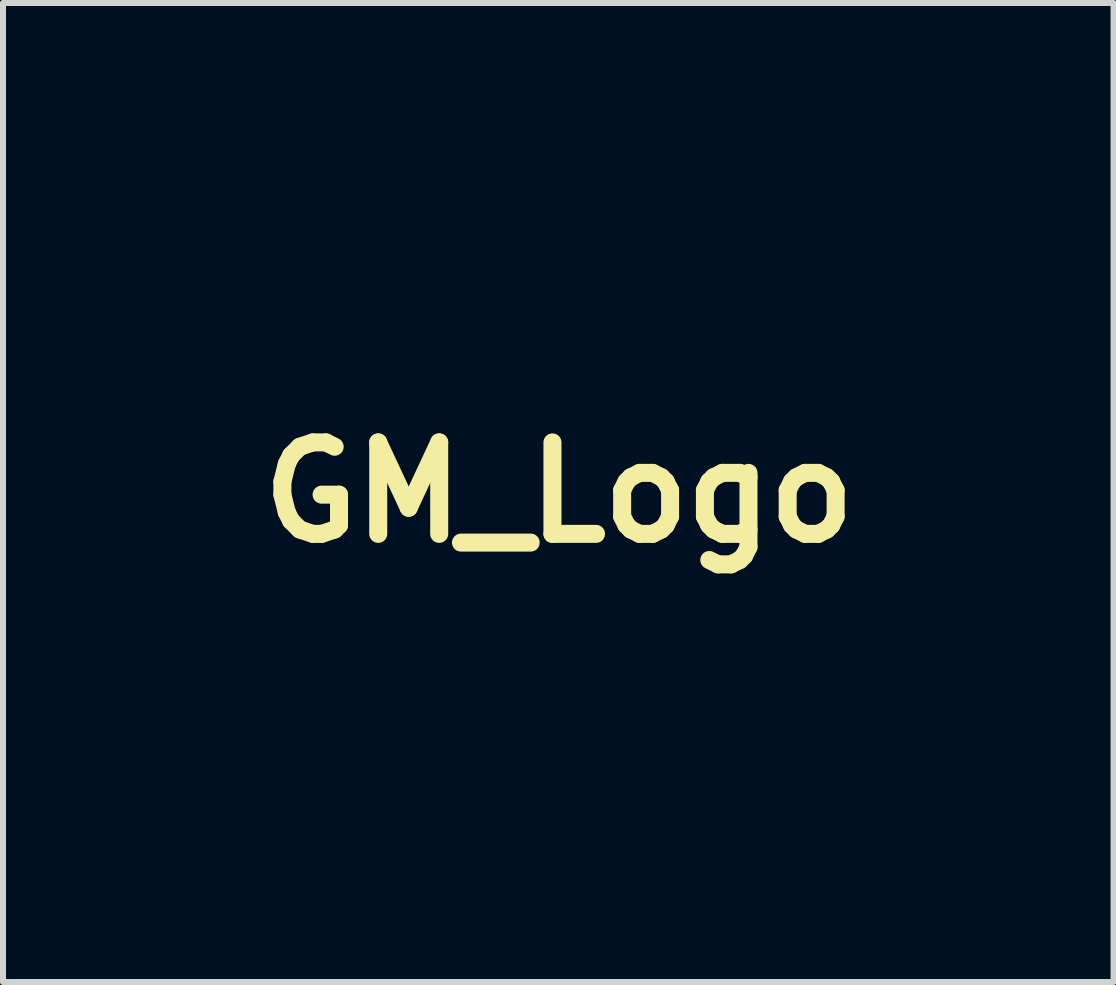
<source format=kicad_pcb>
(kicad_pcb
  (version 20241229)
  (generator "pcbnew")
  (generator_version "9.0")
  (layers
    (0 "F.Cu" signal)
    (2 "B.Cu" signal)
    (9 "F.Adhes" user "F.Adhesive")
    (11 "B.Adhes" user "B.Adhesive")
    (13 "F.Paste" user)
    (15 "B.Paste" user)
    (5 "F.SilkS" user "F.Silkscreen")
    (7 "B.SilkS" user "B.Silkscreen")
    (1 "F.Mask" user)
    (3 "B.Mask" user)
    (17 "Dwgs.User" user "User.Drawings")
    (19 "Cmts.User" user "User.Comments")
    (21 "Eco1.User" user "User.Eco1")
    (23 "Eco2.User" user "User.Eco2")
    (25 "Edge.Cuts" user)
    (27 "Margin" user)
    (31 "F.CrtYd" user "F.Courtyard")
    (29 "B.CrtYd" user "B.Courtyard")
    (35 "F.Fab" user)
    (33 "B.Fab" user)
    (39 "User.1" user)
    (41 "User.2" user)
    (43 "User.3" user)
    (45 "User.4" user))
  (footprint "GM_Logo"
    (layer "F.Cu")
    (at 6.263 5.155)
    (property "Reference" "GM_Logo" (at 0 0 0) (layer "F.SilkS") (effects (font (size 1.524 1.524) (thickness 0.3))))
    (attr through_hole)
    (fp_poly (pts (xy -3.048 4.526) (xy -3.625 4.526) (xy -3.625 4.341) (xy -3.048 4.341) (xy -3.048 4.526)) (stroke (width 0.01) (type solid)) (fill yes) (layer "F.Mask"))
    (fp_poly (pts (xy -1.385 5.149) (xy -1.639 5.149) (xy -1.639 3.533) (xy -1.385 3.533) (xy -1.385 5.149)) (stroke (width 0.01) (type solid)) (fill yes) (layer "F.Mask"))
    (fp_poly (pts (xy 5.149 3.787) (xy 4.872 3.787) (xy 4.872 3.533) (xy 5.149 3.533) (xy 5.149 3.787)) (stroke (width 0.01) (type solid)) (fill yes) (layer "F.Mask"))
    (fp_poly (pts (xy 5.149 5.149) (xy 4.872 5.149) (xy 4.872 3.972) (xy 5.149 3.972) (xy 5.149 5.149)) (stroke (width 0.01) (type solid)) (fill yes) (layer "F.Mask"))
    (fp_poly (pts (xy -1.963 3.856) (xy -2.401 3.856) (xy -2.401 4.272) (xy -2.032 4.272) (xy -2.032 4.48) (xy -2.401 4.48) (xy -2.401 4.941) (xy -1.94 4.941) (xy -1.94 5.149) (xy -2.679 5.149) (xy -2.679 3.625) (xy -1.963 3.625) (xy -1.963 3.856)) (stroke (width 0.01) (type solid)) (fill yes) (layer "F.Mask"))
    (fp_poly (pts (xy -4.667 4.086) (xy -4.629 4.22) (xy -4.594 4.336) (xy -4.566 4.428) (xy -4.545 4.489) (xy -4.534 4.514) (xy -4.533 4.513) (xy -4.525 4.485) (xy -4.506 4.42) (xy -4.478 4.324) (xy -4.445 4.207) (xy -4.406 4.073) (xy -4.404 4.064) (xy -4.282 3.637) (xy -3.983 3.637) (xy -3.971 5.149) (xy -4.225 5.149) (xy -4.231 4.636) (xy -4.237 4.122) (xy -4.331 4.468) (xy -4.424 4.814) (xy -4.65 4.814) (xy -4.744 4.468) (xy -4.838 4.122) (xy -4.844 4.636) (xy -4.85 5.149) (xy -5.104 5.149) (xy -5.092 3.637) (xy -4.794 3.637) (xy -4.667 4.086)) (stroke (width 0.01) (type solid)) (fill yes) (layer "F.Mask"))
    (fp_poly (pts (xy 3.983 3.974) (xy 4.026 3.983) (xy 4.041 4.002) (xy 4.041 4.007) (xy 4.046 4.028) (xy 4.069 4.023) (xy 4.099 4.004) (xy 4.172 3.978) (xy 4.265 3.973) (xy 4.36 3.987) (xy 4.439 4.018) (xy 4.464 4.038) (xy 4.48 4.056) (xy 4.492 4.077) (xy 4.502 4.109) (xy 4.508 4.156) (xy 4.513 4.225) (xy 4.516 4.322) (xy 4.519 4.454) (xy 4.521 4.619) (xy 4.528 5.149) (xy 4.25 5.149) (xy 4.243 4.67) (xy 4.237 4.191) (xy 4.052 4.191) (xy 4.04 5.149) (xy 3.764 5.149) (xy 3.764 3.972) (xy 3.902 3.972) (xy 3.983 3.974)) (stroke (width 0.01) (type solid)) (fill yes) (layer "F.Mask"))
    (fp_poly (pts (xy 2.07 3.973) (xy 2.108 3.981) (xy 2.122 4.001) (xy 2.124 4.031) (xy 2.124 4.091) (xy 2.195 4.031) (xy 2.255 3.992) (xy 2.313 3.972) (xy 2.322 3.972) (xy 2.356 3.976) (xy 2.372 3.995) (xy 2.378 4.043) (xy 2.378 4.087) (xy 2.377 4.155) (xy 2.368 4.19) (xy 2.343 4.201) (xy 2.303 4.203) (xy 2.242 4.209) (xy 2.199 4.222) (xy 2.199 4.222) (xy 2.172 4.252) (xy 2.152 4.309) (xy 2.138 4.395) (xy 2.129 4.516) (xy 2.125 4.677) (xy 2.124 4.774) (xy 2.124 5.149) (xy 1.87 5.149) (xy 1.87 3.972) (xy 1.997 3.972) (xy 2.07 3.973)) (stroke (width 0.01) (type solid)) (fill yes) (layer "F.Mask"))
    (fp_poly (pts (xy 3.62 0.381) (xy 3.621 0.593) (xy 3.622 0.764) (xy 3.622 0.898) (xy 3.62 1) (xy 3.617 1.075) (xy 3.613 1.127) (xy 3.607 1.161) (xy 3.599 1.181) (xy 3.589 1.193) (xy 3.587 1.195) (xy 3.549 1.218) (xy 3.534 1.224) (xy 3.518 1.205) (xy 3.48 1.155) (xy 3.425 1.08) (xy 3.358 0.985) (xy 3.308 0.913) (xy 3.236 0.807) (xy 3.174 0.713) (xy 3.128 0.638) (xy 3.1 0.59) (xy 3.094 0.576) (xy 3.105 0.55) (xy 3.135 0.488) (xy 3.181 0.399) (xy 3.239 0.286) (xy 3.308 0.158) (xy 3.354 0.073) (xy 3.614 -0.404) (xy 3.62 0.381)) (stroke (width 0.01) (type solid)) (fill yes) (layer "F.Mask"))
    (fp_poly (pts (xy 0.149 -5.078) (xy 0.216 -5.037) (xy 0.262 -5) (xy 0.277 -4.978) (xy 0.268 -4.951) (xy 0.242 -4.89) (xy 0.204 -4.803) (xy 0.156 -4.698) (xy 0.103 -4.582) (xy 0.049 -4.465) (xy -0.004 -4.353) (xy -0.051 -4.255) (xy -0.089 -4.178) (xy -0.114 -4.131) (xy -0.121 -4.12) (xy -0.138 -4.134) (xy -0.176 -4.18) (xy -0.23 -4.253) (xy -0.298 -4.348) (xy -0.367 -4.447) (xy -0.442 -4.557) (xy -0.505 -4.652) (xy -0.555 -4.727) (xy -0.586 -4.776) (xy -0.594 -4.792) (xy -0.574 -4.804) (xy -0.52 -4.836) (xy -0.44 -4.882) (xy -0.341 -4.94) (xy -0.284 -4.973) (xy 0.022 -5.15) (xy 0.149 -5.078)) (stroke (width 0.01) (type solid)) (fill yes) (layer "F.Mask"))
    (fp_poly (pts (xy 3.035 0.75) (xy 3.075 0.799) (xy 3.131 0.873) (xy 3.197 0.965) (xy 3.226 1.006) (xy 3.303 1.12) (xy 3.355 1.203) (xy 3.384 1.258) (xy 3.394 1.292) (xy 3.388 1.307) (xy 3.36 1.326) (xy 3.299 1.364) (xy 3.21 1.418) (xy 3.1 1.483) (xy 2.976 1.556) (xy 2.933 1.581) (xy 2.801 1.658) (xy 2.678 1.73) (xy 2.571 1.793) (xy 2.487 1.842) (xy 2.434 1.873) (xy 2.426 1.878) (xy 2.347 1.925) (xy 2.466 1.707) (xy 2.589 1.479) (xy 2.693 1.288) (xy 2.779 1.132) (xy 2.848 1.007) (xy 2.902 0.91) (xy 2.943 0.837) (xy 2.974 0.787) (xy 2.994 0.755) (xy 3.008 0.738) (xy 3.015 0.733) (xy 3.035 0.75)) (stroke (width 0.01) (type solid)) (fill yes) (layer "F.Mask"))
    (fp_poly (pts (xy -0.683 -4.694) (xy -0.679 -4.69) (xy -0.658 -4.66) (xy -0.616 -4.598) (xy -0.557 -4.512) (xy -0.486 -4.409) (xy -0.419 -4.31) (xy -0.185 -3.968) (xy -0.939 -2.359) (xy -1.06 -2.1) (xy -1.177 -1.85) (xy -1.288 -1.613) (xy -1.391 -1.393) (xy -1.485 -1.192) (xy -1.568 -1.016) (xy -1.638 -0.866) (xy -1.693 -0.747) (xy -1.732 -0.663) (xy -1.754 -0.617) (xy -1.755 -0.614) (xy -1.817 -0.479) (xy -2.176 -0.915) (xy -2.282 -1.044) (xy -2.41 -1.2) (xy -2.554 -1.375) (xy -2.705 -1.559) (xy -2.858 -1.744) (xy -3.004 -1.922) (xy -3.057 -1.986) (xy -3.579 -2.621) (xy -3.573 -2.84) (xy -3.568 -3.059) (xy -2.136 -3.893) (xy -1.859 -4.054) (xy -1.62 -4.194) (xy -1.415 -4.312) (xy -1.241 -4.412) (xy -1.097 -4.493) (xy -0.98 -4.559) (xy -0.886 -4.61) (xy -0.814 -4.648) (xy -0.76 -4.673) (xy -0.722 -4.689) (xy -0.697 -4.695) (xy -0.683 -4.694)) (stroke (width 0.01) (type solid)) (fill yes) (layer "F.Mask"))
    (fp_poly (pts (xy 1.432 3.868) (xy 1.433 3.932) (xy 1.445 3.962) (xy 1.476 3.971) (xy 1.512 3.972) (xy 1.562 3.974) (xy 1.586 3.989) (xy 1.593 4.029) (xy 1.593 4.076) (xy 1.592 4.139) (xy 1.58 4.17) (xy 1.548 4.179) (xy 1.512 4.179) (xy 1.432 4.179) (xy 1.432 4.546) (xy 1.432 4.69) (xy 1.434 4.794) (xy 1.441 4.864) (xy 1.453 4.907) (xy 1.473 4.931) (xy 1.503 4.94) (xy 1.545 4.941) (xy 1.549 4.941) (xy 1.577 4.949) (xy 1.59 4.979) (xy 1.593 5.043) (xy 1.593 5.045) (xy 1.593 5.149) (xy 1.46 5.148) (xy 1.377 5.143) (xy 1.304 5.129) (xy 1.273 5.117) (xy 1.233 5.091) (xy 1.203 5.059) (xy 1.182 5.013) (xy 1.169 4.947) (xy 1.16 4.855) (xy 1.157 4.73) (xy 1.155 4.578) (xy 1.155 4.179) (xy 1.097 4.179) (xy 1.061 4.175) (xy 1.044 4.154) (xy 1.039 4.104) (xy 1.039 4.076) (xy 1.041 4.011) (xy 1.053 3.981) (xy 1.081 3.972) (xy 1.097 3.972) (xy 1.132 3.967) (xy 1.149 3.946) (xy 1.154 3.896) (xy 1.155 3.868) (xy 1.155 3.764) (xy 1.432 3.764) (xy 1.432 3.868)) (stroke (width 0.01) (type solid)) (fill yes) (layer "F.Mask"))
    (fp_poly (pts (xy 3.072 3.975) (xy 3.179 3.98) (xy 3.25 3.986) (xy 3.296 3.996) (xy 3.328 4.013) (xy 3.355 4.04) (xy 3.362 4.048) (xy 3.381 4.072) (xy 3.395 4.097) (xy 3.405 4.129) (xy 3.412 4.177) (xy 3.415 4.247) (xy 3.417 4.346) (xy 3.417 4.481) (xy 3.417 4.56) (xy 3.417 4.715) (xy 3.416 4.83) (xy 3.414 4.913) (xy 3.409 4.971) (xy 3.4 5.01) (xy 3.388 5.038) (xy 3.372 5.061) (xy 3.362 5.073) (xy 3.335 5.102) (xy 3.307 5.12) (xy 3.268 5.132) (xy 3.208 5.138) (xy 3.116 5.142) (xy 3.056 5.144) (xy 2.928 5.145) (xy 2.838 5.14) (xy 2.777 5.129) (xy 2.744 5.115) (xy 2.706 5.087) (xy 2.678 5.047) (xy 2.657 4.988) (xy 2.65 4.944) (xy 2.909 4.944) (xy 3.031 4.937) (xy 3.152 4.93) (xy 3.152 4.191) (xy 3.031 4.184) (xy 2.909 4.177) (xy 2.909 4.944) (xy 2.65 4.944) (xy 2.644 4.906) (xy 2.636 4.792) (xy 2.633 4.642) (xy 2.632 4.556) (xy 2.634 4.375) (xy 2.641 4.235) (xy 2.659 4.131) (xy 2.689 4.058) (xy 2.737 4.011) (xy 2.806 3.985) (xy 2.9 3.974) (xy 3.023 3.974) (xy 3.072 3.975)) (stroke (width 0.01) (type solid)) (fill yes) (layer "F.Mask"))
    (fp_poly (pts (xy -0.629 1.165) (xy -0.624 1.17) (xy -0.601 1.196) (xy -0.552 1.255) (xy -0.481 1.341) (xy -0.39 1.451) (xy -0.282 1.582) (xy -0.162 1.729) (xy -0.031 1.889) (xy 0.058 1.997) (xy 0.193 2.163) (xy 0.319 2.318) (xy 0.435 2.458) (xy 0.535 2.581) (xy 0.618 2.683) (xy 0.68 2.758) (xy 0.718 2.805) (xy 0.729 2.817) (xy 0.735 2.832) (xy 0.725 2.852) (xy 0.694 2.879) (xy 0.639 2.917) (xy 0.553 2.97) (xy 0.433 3.041) (xy 0.401 3.06) (xy 0.285 3.127) (xy 0.183 3.185) (xy 0.101 3.231) (xy 0.047 3.262) (xy 0.027 3.272) (xy 0.004 3.262) (xy -0.054 3.23) (xy -0.142 3.181) (xy -0.257 3.116) (xy -0.392 3.039) (xy -0.544 2.95) (xy -0.681 2.87) (xy -0.843 2.776) (xy -0.992 2.688) (xy -1.123 2.611) (xy -1.232 2.547) (xy -1.315 2.498) (xy -1.365 2.468) (xy -1.38 2.459) (xy -1.371 2.438) (xy -1.343 2.382) (xy -1.297 2.295) (xy -1.236 2.181) (xy -1.164 2.046) (xy -1.082 1.895) (xy -1.025 1.791) (xy -0.926 1.609) (xy -0.847 1.465) (xy -0.784 1.354) (xy -0.736 1.271) (xy -0.7 1.214) (xy -0.674 1.179) (xy -0.655 1.162) (xy -0.641 1.158) (xy -0.629 1.165)) (stroke (width 0.01) (type solid)) (fill yes) (layer "F.Mask"))
    (fp_poly (pts (xy 0.433 3.974) (xy 0.474 3.975) (xy 0.578 3.98) (xy 0.647 3.986) (xy 0.691 3.998) (xy 0.723 4.017) (xy 0.751 4.046) (xy 0.752 4.048) (xy 0.788 4.101) (xy 0.805 4.165) (xy 0.808 4.238) (xy 0.808 4.364) (xy 0.681 4.364) (xy 0.609 4.363) (xy 0.571 4.355) (xy 0.556 4.335) (xy 0.554 4.301) (xy 0.544 4.228) (xy 0.51 4.191) (xy 0.444 4.182) (xy 0.425 4.184) (xy 0.335 4.191) (xy 0.335 4.93) (xy 0.425 4.937) (xy 0.499 4.934) (xy 0.539 4.903) (xy 0.553 4.839) (xy 0.554 4.82) (xy 0.557 4.784) (xy 0.572 4.765) (xy 0.612 4.758) (xy 0.681 4.757) (xy 0.808 4.757) (xy 0.808 4.882) (xy 0.803 4.969) (xy 0.783 5.03) (xy 0.752 5.073) (xy 0.724 5.103) (xy 0.695 5.122) (xy 0.652 5.133) (xy 0.587 5.14) (xy 0.488 5.143) (xy 0.47 5.144) (xy 0.33 5.143) (xy 0.23 5.134) (xy 0.171 5.117) (xy 0.129 5.093) (xy 0.097 5.057) (xy 0.075 5.005) (xy 0.06 4.93) (xy 0.051 4.825) (xy 0.047 4.686) (xy 0.046 4.556) (xy 0.048 4.375) (xy 0.055 4.235) (xy 0.073 4.131) (xy 0.103 4.058) (xy 0.151 4.011) (xy 0.219 3.984) (xy 0.312 3.974) (xy 0.433 3.974)) (stroke (width 0.01) (type solid)) (fill yes) (layer "F.Mask"))
    (fp_poly (pts (xy 5.86 3.974) (xy 5.9 3.975) (xy 6.005 3.98) (xy 6.073 3.986) (xy 6.118 3.998) (xy 6.149 4.017) (xy 6.177 4.046) (xy 6.179 4.048) (xy 6.214 4.101) (xy 6.231 4.165) (xy 6.235 4.238) (xy 6.235 4.364) (xy 6.108 4.364) (xy 6.035 4.363) (xy 5.997 4.355) (xy 5.983 4.335) (xy 5.98 4.301) (xy 5.97 4.228) (xy 5.936 4.191) (xy 5.87 4.182) (xy 5.851 4.184) (xy 5.761 4.191) (xy 5.761 4.93) (xy 5.851 4.937) (xy 5.925 4.934) (xy 5.965 4.903) (xy 5.98 4.839) (xy 5.98 4.82) (xy 5.983 4.784) (xy 5.999 4.765) (xy 6.038 4.758) (xy 6.108 4.757) (xy 6.235 4.757) (xy 6.235 4.882) (xy 6.229 4.969) (xy 6.21 5.03) (xy 6.179 5.073) (xy 6.151 5.103) (xy 6.121 5.122) (xy 6.079 5.133) (xy 6.014 5.14) (xy 5.915 5.143) (xy 5.896 5.144) (xy 5.756 5.143) (xy 5.656 5.134) (xy 5.597 5.117) (xy 5.555 5.093) (xy 5.524 5.057) (xy 5.501 5.005) (xy 5.486 4.93) (xy 5.477 4.825) (xy 5.473 4.686) (xy 5.473 4.556) (xy 5.474 4.375) (xy 5.482 4.235) (xy 5.499 4.131) (xy 5.53 4.058) (xy 5.577 4.011) (xy 5.646 3.984) (xy 5.739 3.974) (xy 5.86 3.974)) (stroke (width 0.01) (type solid)) (fill yes) (layer "F.Mask"))
    (fp_poly (pts (xy -5.639 3.649) (xy -5.54 3.693) (xy -5.524 3.706) (xy -5.491 3.738) (xy -5.472 3.773) (xy -5.463 3.824) (xy -5.461 3.904) (xy -5.461 3.929) (xy -5.461 4.099) (xy -5.593 4.106) (xy -5.724 4.112) (xy -5.731 3.979) (xy -5.738 3.845) (xy -5.969 3.845) (xy -5.975 4.394) (xy -5.981 4.944) (xy -5.738 4.93) (xy -5.731 4.739) (xy -5.729 4.646) (xy -5.73 4.59) (xy -5.738 4.561) (xy -5.755 4.55) (xy -5.783 4.549) (xy -5.821 4.544) (xy -5.838 4.521) (xy -5.842 4.466) (xy -5.842 4.457) (xy -5.842 4.364) (xy -5.449 4.364) (xy -5.449 4.666) (xy -5.452 4.821) (xy -5.461 4.937) (xy -5.479 5.019) (xy -5.507 5.076) (xy -5.547 5.112) (xy -5.579 5.127) (xy -5.631 5.137) (xy -5.716 5.144) (xy -5.819 5.147) (xy -5.926 5.146) (xy -6.024 5.142) (xy -6.1 5.134) (xy -6.134 5.126) (xy -6.17 5.11) (xy -6.198 5.089) (xy -6.219 5.059) (xy -6.235 5.013) (xy -6.246 4.948) (xy -6.252 4.856) (xy -6.256 4.734) (xy -6.257 4.576) (xy -6.258 4.406) (xy -6.257 4.206) (xy -6.254 4.038) (xy -6.249 3.906) (xy -6.243 3.813) (xy -6.235 3.762) (xy -6.233 3.758) (xy -6.192 3.7) (xy -6.128 3.661) (xy -6.032 3.638) (xy -5.954 3.63) (xy -5.777 3.628) (xy -5.639 3.649)) (stroke (width 0.01) (type solid)) (fill yes) (layer "F.Mask"))
    (fp_poly (pts (xy -0.565 3.975) (xy -0.466 3.98) (xy -0.403 3.988) (xy -0.361 4.002) (xy -0.33 4.026) (xy -0.31 4.048) (xy -0.286 4.079) (xy -0.27 4.113) (xy -0.26 4.159) (xy -0.256 4.227) (xy -0.254 4.327) (xy -0.254 4.377) (xy -0.254 4.641) (xy -0.762 4.641) (xy -0.762 4.941) (xy -0.649 4.941) (xy -0.57 4.935) (xy -0.527 4.911) (xy -0.51 4.862) (xy -0.508 4.824) (xy -0.502 4.798) (xy -0.476 4.785) (xy -0.421 4.78) (xy -0.381 4.78) (xy -0.254 4.78) (xy -0.254 4.871) (xy -0.263 4.976) (xy -0.294 5.053) (xy -0.352 5.104) (xy -0.442 5.135) (xy -0.568 5.147) (xy -0.64 5.148) (xy -0.739 5.145) (xy -0.826 5.138) (xy -0.887 5.128) (xy -0.898 5.124) (xy -0.936 5.107) (xy -0.964 5.085) (xy -0.985 5.053) (xy -0.999 5.004) (xy -1.008 4.933) (xy -1.013 4.832) (xy -1.015 4.697) (xy -1.015 4.555) (xy -1.015 4.457) (xy -0.762 4.457) (xy -0.506 4.457) (xy -0.513 4.324) (xy -0.52 4.191) (xy -0.641 4.184) (xy -0.762 4.177) (xy -0.762 4.457) (xy -1.015 4.457) (xy -1.015 4.395) (xy -1.014 4.276) (xy -1.012 4.189) (xy -1.007 4.129) (xy -0.999 4.09) (xy -0.988 4.064) (xy -0.974 4.045) (xy -0.971 4.042) (xy -0.92 4.007) (xy -0.846 3.984) (xy -0.742 3.974) (xy -0.602 3.974) (xy -0.565 3.975)) (stroke (width 0.01) (type solid)) (fill yes) (layer "F.Mask"))
    (fp_poly (pts (xy 2.137 -3.913) (xy 2.197 -3.881) (xy 2.287 -3.83) (xy 2.404 -3.764) (xy 2.542 -3.684) (xy 2.698 -3.594) (xy 2.865 -3.497) (xy 2.875 -3.491) (xy 3.614 -3.058) (xy 3.626 -0.674) (xy 3.323 -0.118) (xy 3.243 0.028) (xy 3.169 0.159) (xy 3.105 0.271) (xy 3.054 0.359) (xy 3.019 0.416) (xy 3.002 0.439) (xy 3.002 0.439) (xy 2.986 0.42) (xy 2.946 0.366) (xy 2.885 0.281) (xy 2.804 0.166) (xy 2.706 0.026) (xy 2.592 -0.138) (xy 2.465 -0.321) (xy 2.327 -0.521) (xy 2.181 -0.735) (xy 2.075 -0.889) (xy 1.899 -1.146) (xy 1.747 -1.367) (xy 1.617 -1.555) (xy 1.508 -1.713) (xy 1.418 -1.843) (xy 1.344 -1.947) (xy 1.285 -2.029) (xy 1.238 -2.09) (xy 1.203 -2.133) (xy 1.177 -2.161) (xy 1.158 -2.176) (xy 1.145 -2.18) (xy 1.135 -2.177) (xy 1.128 -2.171) (xy 1.097 -2.141) (xy 1.073 -2.147) (xy 1.062 -2.159) (xy 1.045 -2.208) (xy 1.048 -2.251) (xy 1.07 -2.299) (xy 1.096 -2.305) (xy 1.117 -2.274) (xy 1.139 -2.244) (xy 1.15 -2.24) (xy 1.165 -2.259) (xy 1.199 -2.315) (xy 1.251 -2.404) (xy 1.317 -2.52) (xy 1.396 -2.66) (xy 1.484 -2.819) (xy 1.581 -2.994) (xy 1.629 -3.083) (xy 1.728 -3.263) (xy 1.821 -3.431) (xy 1.905 -3.58) (xy 1.978 -3.708) (xy 2.038 -3.81) (xy 2.082 -3.882) (xy 2.107 -3.92) (xy 2.112 -3.924) (xy 2.137 -3.913)) (stroke (width 0.01) (type solid)) (fill yes) (layer "F.Mask"))
    (fp_poly (pts (xy 0.416 -4.896) (xy 0.473 -4.868) (xy 0.559 -4.822) (xy 0.67 -4.762) (xy 0.8 -4.69) (xy 0.944 -4.61) (xy 1.097 -4.524) (xy 1.253 -4.435) (xy 1.408 -4.346) (xy 1.557 -4.26) (xy 1.694 -4.181) (xy 1.814 -4.11) (xy 1.912 -4.05) (xy 1.96 -4.02) (xy 1.964 -4.007) (xy 1.957 -3.977) (xy 1.937 -3.927) (xy 1.903 -3.853) (xy 1.853 -3.753) (xy 1.785 -3.624) (xy 1.699 -3.462) (xy 1.592 -3.264) (xy 1.545 -3.178) (xy 1.447 -2.999) (xy 1.356 -2.834) (xy 1.274 -2.687) (xy 1.204 -2.561) (xy 1.147 -2.462) (xy 1.107 -2.393) (xy 1.085 -2.359) (xy 1.082 -2.355) (xy 1.067 -2.374) (xy 1.028 -2.427) (xy 0.969 -2.51) (xy 0.892 -2.619) (xy 0.8 -2.751) (xy 0.696 -2.901) (xy 0.582 -3.066) (xy 0.517 -3.162) (xy 0.399 -3.334) (xy 0.29 -3.493) (xy 0.19 -3.636) (xy 0.105 -3.758) (xy 0.035 -3.857) (xy -0.016 -3.927) (xy -0.045 -3.965) (xy -0.05 -3.971) (xy -0.069 -3.953) (xy -0.081 -3.924) (xy -0.099 -3.892) (xy -0.125 -3.901) (xy -0.129 -3.904) (xy -0.159 -3.956) (xy -0.15 -4.02) (xy -0.139 -4.041) (xy -0.119 -4.061) (xy -0.096 -4.045) (xy -0.084 -4.029) (xy -0.055 -3.999) (xy -0.04 -3.995) (xy -0.028 -4.018) (xy 0.001 -4.077) (xy 0.042 -4.166) (xy 0.095 -4.277) (xy 0.154 -4.404) (xy 0.173 -4.445) (xy 0.235 -4.577) (xy 0.291 -4.695) (xy 0.338 -4.793) (xy 0.372 -4.863) (xy 0.392 -4.9) (xy 0.394 -4.904) (xy 0.416 -4.896)) (stroke (width 0.01) (type solid)) (fill yes) (layer "F.Mask"))
    (fp_poly (pts (xy -0.085 -3.797) (xy -0.045 -3.745) (xy 0.015 -3.662) (xy 0.093 -3.553) (xy 0.186 -3.422) (xy 0.291 -3.272) (xy 0.405 -3.107) (xy 0.468 -3.015) (xy 1.019 -2.213) (xy 0.17 -0.654) (xy -0.679 0.906) (xy -0.755 0.817) (xy -0.788 0.776) (xy -0.846 0.705) (xy -0.925 0.609) (xy -1.02 0.493) (xy -1.126 0.363) (xy -1.24 0.224) (xy -1.275 0.18) (xy -1.386 0.044) (xy -1.488 -0.08) (xy -1.578 -0.187) (xy -1.651 -0.273) (xy -1.703 -0.334) (xy -1.732 -0.365) (xy -1.736 -0.368) (xy -1.755 -0.35) (xy -1.767 -0.322) (xy -1.781 -0.289) (xy -1.801 -0.292) (xy -1.826 -0.314) (xy -1.862 -0.34) (xy -1.879 -0.344) (xy -1.891 -0.322) (xy -1.919 -0.262) (xy -1.964 -0.169) (xy -2.022 -0.046) (xy -2.092 0.102) (xy -2.171 0.271) (xy -2.258 0.457) (xy -2.344 0.641) (xy -2.437 0.838) (xy -2.524 1.023) (xy -2.603 1.189) (xy -2.673 1.334) (xy -2.731 1.454) (xy -2.775 1.543) (xy -2.804 1.599) (xy -2.814 1.616) (xy -2.838 1.605) (xy -2.895 1.574) (xy -2.978 1.527) (xy -3.082 1.467) (xy -3.198 1.399) (xy -3.568 1.182) (xy -3.573 -0.627) (xy -3.574 -0.97) (xy -3.574 -1.27) (xy -3.574 -1.528) (xy -3.573 -1.747) (xy -3.572 -1.93) (xy -3.571 -2.079) (xy -3.569 -2.197) (xy -3.566 -2.285) (xy -3.562 -2.347) (xy -3.558 -2.385) (xy -3.553 -2.401) (xy -3.55 -2.4) (xy -3.502 -2.341) (xy -3.433 -2.255) (xy -3.344 -2.146) (xy -3.239 -2.018) (xy -3.122 -1.875) (xy -2.995 -1.72) (xy -2.861 -1.558) (xy -2.725 -1.393) (xy -2.588 -1.227) (xy -2.454 -1.066) (xy -2.326 -0.912) (xy -2.208 -0.771) (xy -2.103 -0.644) (xy -2.013 -0.537) (xy -1.942 -0.453) (xy -1.894 -0.397) (xy -1.87 -0.371) (xy -1.869 -0.369) (xy -1.851 -0.389) (xy -1.839 -0.42) (xy -1.828 -0.454) (xy -1.809 -0.454) (xy -1.779 -0.428) (xy -1.742 -0.4) (xy -1.724 -0.395) (xy -1.714 -0.417) (xy -1.685 -0.477) (xy -1.64 -0.573) (xy -1.579 -0.702) (xy -1.505 -0.86) (xy -1.418 -1.044) (xy -1.321 -1.251) (xy -1.215 -1.479) (xy -1.1 -1.723) (xy -0.98 -1.98) (xy -0.92 -2.109) (xy -0.797 -2.372) (xy -0.679 -2.623) (xy -0.567 -2.858) (xy -0.465 -3.075) (xy -0.372 -3.27) (xy -0.29 -3.44) (xy -0.221 -3.582) (xy -0.166 -3.693) (xy -0.128 -3.77) (xy -0.106 -3.81) (xy -0.102 -3.815) (xy -0.085 -3.797)) (stroke (width 0.01) (type solid)) (fill yes) (layer "F.Mask"))
    (fp_poly (pts (xy 1.113 -2.075) (xy 1.15 -2.021) (xy 1.209 -1.935) (xy 1.288 -1.819) (xy 1.385 -1.679) (xy 1.497 -1.515) (xy 1.622 -1.332) (xy 1.759 -1.133) (xy 1.905 -0.92) (xy 1.997 -0.785) (xy 2.148 -0.565) (xy 2.292 -0.355) (xy 2.426 -0.16) (xy 2.549 0.018) (xy 2.658 0.176) (xy 2.752 0.311) (xy 2.827 0.419) (xy 2.881 0.497) (xy 2.913 0.541) (xy 2.921 0.551) (xy 2.947 0.568) (xy 2.969 0.548) (xy 2.978 0.532) (xy 3.006 0.48) (xy 3.04 0.528) (xy 3.061 0.578) (xy 3.047 0.625) (xy 3.024 0.658) (xy 3 0.653) (xy 2.98 0.636) (xy 2.968 0.624) (xy 2.958 0.616) (xy 2.948 0.613) (xy 2.935 0.621) (xy 2.917 0.642) (xy 2.892 0.68) (xy 2.857 0.738) (xy 2.81 0.82) (xy 2.75 0.929) (xy 2.674 1.07) (xy 2.579 1.245) (xy 2.496 1.397) (xy 2.145 2.044) (xy 1.598 2.361) (xy 1.449 2.448) (xy 1.308 2.53) (xy 1.182 2.603) (xy 1.077 2.665) (xy 1 2.71) (xy 0.957 2.735) (xy 0.863 2.791) (xy 0.137 1.904) (xy -0.006 1.73) (xy -0.14 1.567) (xy -0.263 1.418) (xy -0.371 1.288) (xy -0.462 1.18) (xy -0.533 1.096) (xy -0.581 1.041) (xy -0.604 1.017) (xy -0.605 1.017) (xy -0.623 1.035) (xy -0.636 1.064) (xy -0.65 1.096) (xy -0.67 1.093) (xy -0.695 1.072) (xy -0.731 1.045) (xy -0.748 1.041) (xy -0.761 1.063) (xy -0.794 1.121) (xy -0.843 1.209) (xy -0.906 1.324) (xy -0.98 1.459) (xy -1.064 1.611) (xy -1.12 1.714) (xy -1.208 1.874) (xy -1.29 2.02) (xy -1.363 2.147) (xy -1.424 2.251) (xy -1.471 2.326) (xy -1.5 2.369) (xy -1.509 2.377) (xy -1.538 2.365) (xy -1.599 2.332) (xy -1.686 2.284) (xy -1.793 2.222) (xy -1.915 2.151) (xy -2.045 2.074) (xy -2.178 1.995) (xy -2.307 1.917) (xy -2.426 1.844) (xy -2.529 1.779) (xy -2.611 1.727) (xy -2.665 1.69) (xy -2.686 1.673) (xy -2.686 1.672) (xy -2.676 1.649) (xy -2.649 1.588) (xy -2.607 1.497) (xy -2.552 1.379) (xy -2.488 1.239) (xy -2.416 1.083) (xy -2.338 0.917) (xy -2.258 0.744) (xy -2.177 0.57) (xy -2.098 0.401) (xy -2.023 0.24) (xy -1.955 0.094) (xy -1.895 -0.032) (xy -1.847 -0.134) (xy -1.813 -0.206) (xy -1.794 -0.243) (xy -1.792 -0.247) (xy -1.777 -0.231) (xy -1.736 -0.183) (xy -1.672 -0.108) (xy -1.59 -0.008) (xy -1.491 0.111) (xy -1.38 0.247) (xy -1.269 0.382) (xy -1.149 0.528) (xy -1.037 0.663) (xy -0.938 0.782) (xy -0.855 0.88) (xy -0.791 0.955) (xy -0.75 1.001) (xy -0.735 1.016) (xy -0.716 0.997) (xy -0.704 0.968) (xy -0.69 0.936) (xy -0.67 0.939) (xy -0.644 0.96) (xy -0.609 0.987) (xy -0.592 0.991) (xy -0.58 0.97) (xy -0.547 0.911) (xy -0.496 0.818) (xy -0.428 0.694) (xy -0.345 0.542) (xy -0.248 0.365) (xy -0.14 0.166) (xy -0.021 -0.052) (xy 0.106 -0.284) (xy 0.239 -0.529) (xy 0.256 -0.559) (xy 0.39 -0.805) (xy 0.517 -1.039) (xy 0.636 -1.257) (xy 0.746 -1.457) (xy 0.844 -1.635) (xy 0.928 -1.789) (xy 0.998 -1.914) (xy 1.05 -2.009) (xy 1.085 -2.07) (xy 1.099 -2.094) (xy 1.099 -2.095) (xy 1.113 -2.075)) (stroke (width 0.01) (type solid)) (fill yes) (layer "F.Mask")))
  (gr_rect
    (start -3 -3)
    (end 15.502 13.31)
    (stroke (width 0.1) (type default))
    (fill no)
    (layer "Edge.Cuts")))
</source>
